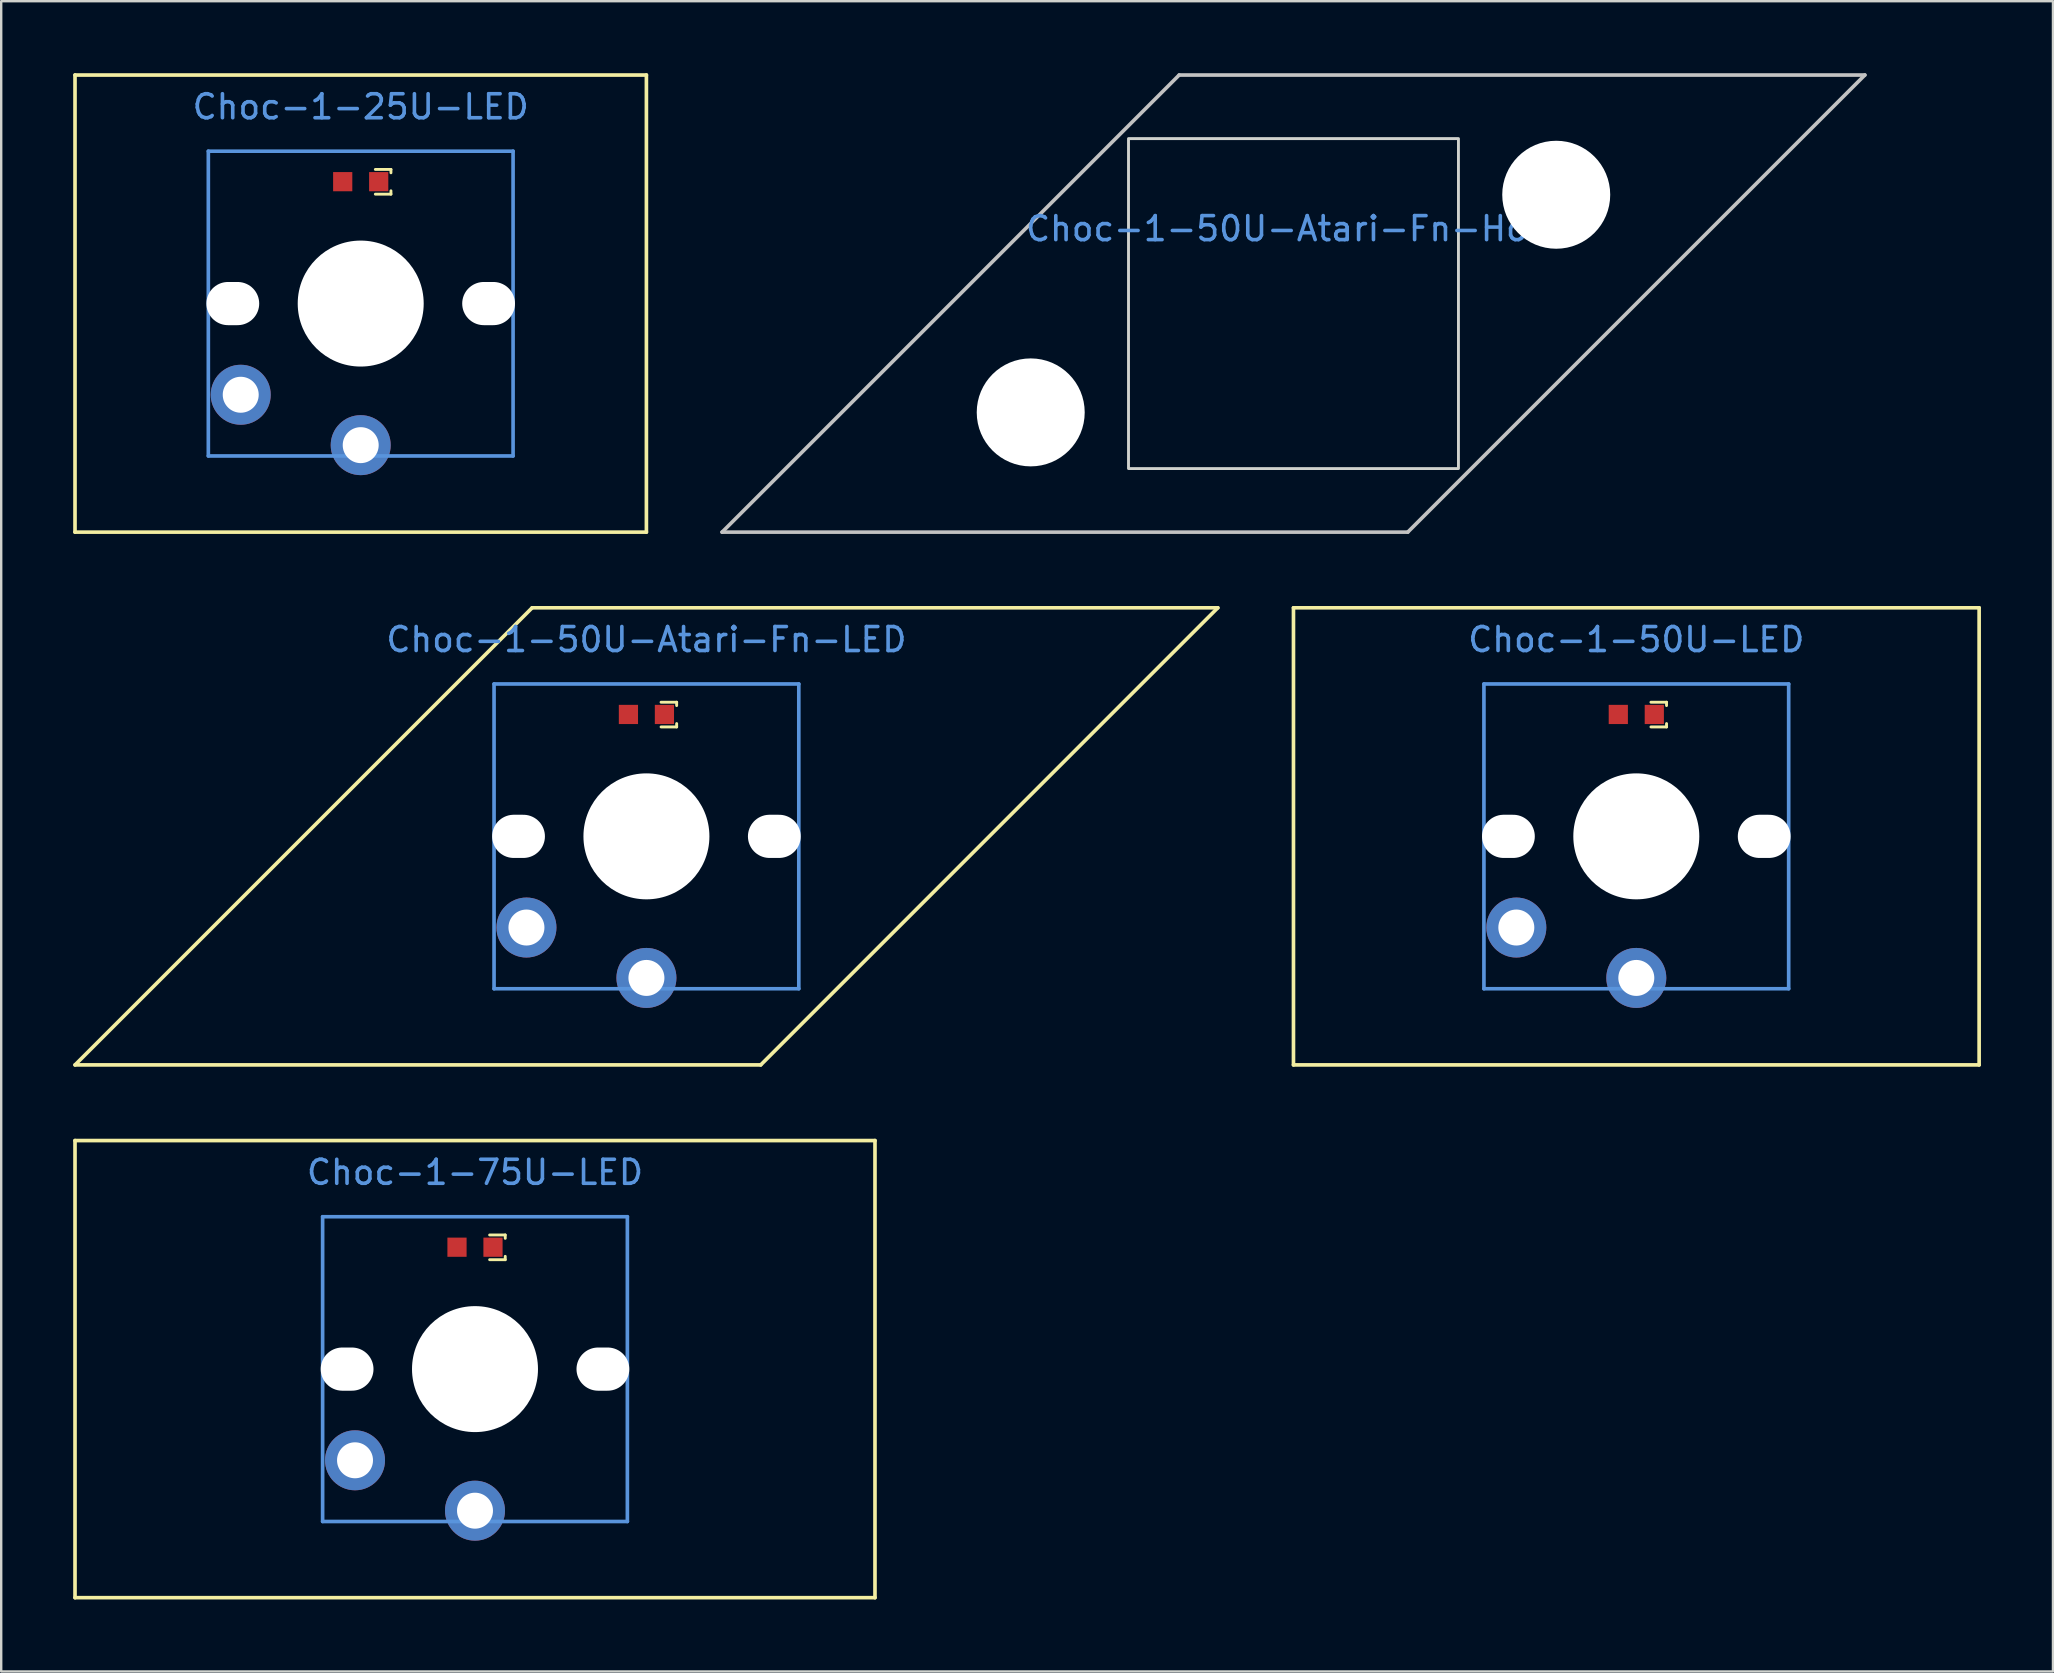
<source format=kicad_pcb>
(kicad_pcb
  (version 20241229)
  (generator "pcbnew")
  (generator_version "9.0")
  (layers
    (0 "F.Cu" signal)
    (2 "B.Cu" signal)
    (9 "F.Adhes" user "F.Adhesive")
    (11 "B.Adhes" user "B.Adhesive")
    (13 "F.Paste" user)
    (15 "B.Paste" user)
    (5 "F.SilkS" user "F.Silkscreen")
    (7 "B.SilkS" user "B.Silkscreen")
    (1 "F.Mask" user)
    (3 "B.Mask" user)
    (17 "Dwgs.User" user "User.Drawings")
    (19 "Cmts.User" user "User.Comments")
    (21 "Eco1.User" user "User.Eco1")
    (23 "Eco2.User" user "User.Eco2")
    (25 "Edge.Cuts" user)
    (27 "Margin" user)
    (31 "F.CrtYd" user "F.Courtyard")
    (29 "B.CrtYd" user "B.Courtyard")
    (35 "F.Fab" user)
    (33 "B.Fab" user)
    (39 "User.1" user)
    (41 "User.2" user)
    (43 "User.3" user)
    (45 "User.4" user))
  (footprint "Choc-1-50U-Atari-Fn-LED"
    (layer "F.Cu")
    (at 23.889 26.724)
    (property "Reference" "Choc-1-50U-Atari-Fn-LED" (at 0 -3.12 0) (layer "Cmts.User") (effects (font (size 1 1) (thickness 0.15))))
    (attr smd)
    (fp_line (start -23.812 14.605) (end -4.763 -4.445) (stroke (width 0.152) (type solid)) (layer "F.SilkS"))
    (fp_line (start -4.763 -4.445) (end 23.812 -4.445) (stroke (width 0.152) (type solid)) (layer "F.SilkS"))
    (fp_line (start 0.61 -0.51) (end 1.26 -0.51) (stroke (width 0.12) (type solid)) (layer "F.SilkS"))
    (fp_line (start 0.61 0.52) (end 1.26 0.52) (stroke (width 0.12) (type solid)) (layer "F.SilkS"))
    (fp_line (start 1.26 -0.51) (end 1.26 -0.37) (stroke (width 0.12) (type solid)) (layer "F.SilkS"))
    (fp_line (start 1.26 0.52) (end 1.26 0.38) (stroke (width 0.12) (type solid)) (layer "F.SilkS"))
    (fp_line (start 4.763 14.605) (end -23.812 14.605) (stroke (width 0.152) (type solid)) (layer "F.SilkS"))
    (fp_line (start 23.812 -4.445) (end 4.763 14.605) (stroke (width 0.152) (type solid)) (layer "F.SilkS"))
    (fp_line (start -6.35 -1.27) (end 6.35 -1.27) (stroke (width 0.152) (type solid)) (layer "Cmts.User"))
    (fp_line (start -6.35 11.43) (end -6.35 -1.27) (stroke (width 0.152) (type solid)) (layer "Cmts.User"))
    (fp_line (start 6.35 -1.27) (end 6.35 11.43) (stroke (width 0.152) (type solid)) (layer "Cmts.User"))
    (fp_line (start 6.35 11.43) (end -6.35 11.43) (stroke (width 0.152) (type solid)) (layer "Cmts.User"))
    (pad "" np_thru_hole oval (at -5.33 5.08 270) (size 1.8 2.2) (drill oval 1.8 2.2) (layers "*.Cu" "*.Mask"))
    (pad "" np_thru_hole circle (at 0 5.08 180) (size 5.25 5.25) (drill 5.25) (layers "*.Cu" "*.Mask"))
    (pad "" np_thru_hole oval (at 5.33 5.08 270) (size 1.8 2.2) (drill oval 1.8 2.2) (layers "*.Cu" "*.Mask"))
    (pad "1" thru_hole circle (at -5 8.88) (size 2.5 2.5) (drill 1.499) (layers "*.Cu" "*.Mask"))
    (pad "2" thru_hole circle (at 0 10.98 90) (size 2.5 2.5) (drill 1.499) (layers "*.Cu" "*.Mask"))
    (pad "3" smd rect (at 0.75 0 90) (size 0.8 0.8) (layers "F.Cu" "F.Mask" "F.Paste"))
    (pad "4" smd rect (at -0.75 0 90) (size 0.8 0.8) (layers "F.Cu" "F.Mask" "F.Paste")))
  (footprint "Choc-1-25U-LED"
    (layer "F.Cu")
    (at 11.982 4.521)
    (property "Reference" "Choc-1-25U-LED" (at 0 -3.12 0) (layer "Cmts.User") (effects (font (size 1 1) (thickness 0.15))))
    (attr smd)
    (fp_line (start -11.906 -4.445) (end 11.906 -4.445) (stroke (width 0.152) (type solid)) (layer "F.SilkS"))
    (fp_line (start -11.906 14.605) (end -11.906 -4.445) (stroke (width 0.152) (type solid)) (layer "F.SilkS"))
    (fp_line (start 0.61 -0.51) (end 1.26 -0.51) (stroke (width 0.12) (type solid)) (layer "F.SilkS"))
    (fp_line (start 0.61 0.52) (end 1.26 0.52) (stroke (width 0.12) (type solid)) (layer "F.SilkS"))
    (fp_line (start 1.26 -0.51) (end 1.26 -0.37) (stroke (width 0.12) (type solid)) (layer "F.SilkS"))
    (fp_line (start 1.26 0.52) (end 1.26 0.38) (stroke (width 0.12) (type solid)) (layer "F.SilkS"))
    (fp_line (start 11.906 -4.445) (end 11.906 14.605) (stroke (width 0.152) (type solid)) (layer "F.SilkS"))
    (fp_line (start 11.906 14.605) (end -11.906 14.605) (stroke (width 0.152) (type solid)) (layer "F.SilkS"))
    (fp_line (start -6.35 -1.27) (end 6.35 -1.27) (stroke (width 0.152) (type solid)) (layer "Cmts.User"))
    (fp_line (start -6.35 11.43) (end -6.35 -1.27) (stroke (width 0.152) (type solid)) (layer "Cmts.User"))
    (fp_line (start 6.35 -1.27) (end 6.35 11.43) (stroke (width 0.152) (type solid)) (layer "Cmts.User"))
    (fp_line (start 6.35 11.43) (end -6.35 11.43) (stroke (width 0.152) (type solid)) (layer "Cmts.User"))
    (pad "" np_thru_hole oval (at -5.33 5.08 270) (size 1.8 2.2) (drill oval 1.8 2.2) (layers "*.Cu" "*.Mask"))
    (pad "" np_thru_hole circle (at 0 5.08 180) (size 5.25 5.25) (drill 5.25) (layers "*.Cu" "*.Mask"))
    (pad "" np_thru_hole oval (at 5.33 5.08 270) (size 1.8 2.2) (drill oval 1.8 2.2) (layers "*.Cu" "*.Mask"))
    (pad "1" thru_hole circle (at -5 8.88) (size 2.5 2.5) (drill 1.499) (layers "*.Cu" "*.Mask"))
    (pad "2" thru_hole circle (at 0 10.98 90) (size 2.5 2.5) (drill 1.499) (layers "*.Cu" "*.Mask"))
    (pad "3" smd rect (at 0.75 0 90) (size 0.8 0.8) (layers "F.Cu" "F.Mask" "F.Paste"))
    (pad "4" smd rect (at -0.75 0 90) (size 0.8 0.8) (layers "F.Cu" "F.Mask" "F.Paste")))
  (footprint "Choc-1-50U-LED"
    (layer "F.Cu")
    (at 65.141 26.724)
    (property "Reference" "Choc-1-50U-LED" (at 0 -3.12 0) (layer "Cmts.User") (effects (font (size 1 1) (thickness 0.15))))
    (attr smd)
    (fp_line (start -14.287 -4.445) (end 14.287 -4.445) (stroke (width 0.152) (type solid)) (layer "F.SilkS"))
    (fp_line (start -14.287 14.605) (end -14.287 -4.445) (stroke (width 0.152) (type solid)) (layer "F.SilkS"))
    (fp_line (start 0.61 -0.51) (end 1.26 -0.51) (stroke (width 0.12) (type solid)) (layer "F.SilkS"))
    (fp_line (start 0.61 0.52) (end 1.26 0.52) (stroke (width 0.12) (type solid)) (layer "F.SilkS"))
    (fp_line (start 1.26 -0.51) (end 1.26 -0.37) (stroke (width 0.12) (type solid)) (layer "F.SilkS"))
    (fp_line (start 1.26 0.52) (end 1.26 0.38) (stroke (width 0.12) (type solid)) (layer "F.SilkS"))
    (fp_line (start 14.287 -4.445) (end 14.287 14.605) (stroke (width 0.152) (type solid)) (layer "F.SilkS"))
    (fp_line (start 14.287 14.605) (end -14.287 14.605) (stroke (width 0.152) (type solid)) (layer "F.SilkS"))
    (fp_line (start -6.35 -1.27) (end 6.35 -1.27) (stroke (width 0.152) (type solid)) (layer "Cmts.User"))
    (fp_line (start -6.35 11.43) (end -6.35 -1.27) (stroke (width 0.152) (type solid)) (layer "Cmts.User"))
    (fp_line (start 6.35 -1.27) (end 6.35 11.43) (stroke (width 0.152) (type solid)) (layer "Cmts.User"))
    (fp_line (start 6.35 11.43) (end -6.35 11.43) (stroke (width 0.152) (type solid)) (layer "Cmts.User"))
    (pad "" np_thru_hole oval (at -5.33 5.08 270) (size 1.8 2.2) (drill oval 1.8 2.2) (layers "*.Cu" "*.Mask"))
    (pad "" np_thru_hole circle (at 0 5.08 180) (size 5.25 5.25) (drill 5.25) (layers "*.Cu" "*.Mask"))
    (pad "" np_thru_hole oval (at 5.33 5.08 270) (size 1.8 2.2) (drill oval 1.8 2.2) (layers "*.Cu" "*.Mask"))
    (pad "1" thru_hole circle (at -5 8.88) (size 2.5 2.5) (drill 1.499) (layers "*.Cu" "*.Mask"))
    (pad "2" thru_hole circle (at 0 10.98 90) (size 2.5 2.5) (drill 1.499) (layers "*.Cu" "*.Mask"))
    (pad "3" smd rect (at 0.75 0 90) (size 0.8 0.8) (layers "F.Cu" "F.Mask" "F.Paste"))
    (pad "4" smd rect (at -0.75 0 90) (size 0.8 0.8) (layers "F.Cu" "F.Mask" "F.Paste")))
  (footprint "Choc-1-75U-LED"
    (layer "F.Cu")
    (at 16.745 48.926)
    (property "Reference" "Choc-1-75U-LED" (at 0 -3.12 0) (layer "Cmts.User") (effects (font (size 1 1) (thickness 0.15))))
    (attr smd)
    (fp_line (start -16.669 -4.445) (end 16.669 -4.445) (stroke (width 0.152) (type solid)) (layer "F.SilkS"))
    (fp_line (start -16.669 14.605) (end -16.669 -4.445) (stroke (width 0.152) (type solid)) (layer "F.SilkS"))
    (fp_line (start 0.61 -0.51) (end 1.26 -0.51) (stroke (width 0.12) (type solid)) (layer "F.SilkS"))
    (fp_line (start 0.61 0.52) (end 1.26 0.52) (stroke (width 0.12) (type solid)) (layer "F.SilkS"))
    (fp_line (start 1.26 -0.51) (end 1.26 -0.37) (stroke (width 0.12) (type solid)) (layer "F.SilkS"))
    (fp_line (start 1.26 0.52) (end 1.26 0.38) (stroke (width 0.12) (type solid)) (layer "F.SilkS"))
    (fp_line (start 16.669 -4.445) (end 16.669 14.605) (stroke (width 0.152) (type solid)) (layer "F.SilkS"))
    (fp_line (start 16.669 14.605) (end -16.669 14.605) (stroke (width 0.152) (type solid)) (layer "F.SilkS"))
    (fp_line (start -6.35 -1.27) (end 6.35 -1.27) (stroke (width 0.152) (type solid)) (layer "Cmts.User"))
    (fp_line (start -6.35 11.43) (end -6.35 -1.27) (stroke (width 0.152) (type solid)) (layer "Cmts.User"))
    (fp_line (start 6.35 -1.27) (end 6.35 11.43) (stroke (width 0.152) (type solid)) (layer "Cmts.User"))
    (fp_line (start 6.35 11.43) (end -6.35 11.43) (stroke (width 0.152) (type solid)) (layer "Cmts.User"))
    (pad "" np_thru_hole oval (at -5.33 5.08 270) (size 1.8 2.2) (drill oval 1.8 2.2) (layers "*.Cu" "*.Mask"))
    (pad "" np_thru_hole circle (at 0 5.08 180) (size 5.25 5.25) (drill 5.25) (layers "*.Cu" "*.Mask"))
    (pad "" np_thru_hole oval (at 5.33 5.08 270) (size 1.8 2.2) (drill oval 1.8 2.2) (layers "*.Cu" "*.Mask"))
    (pad "1" thru_hole circle (at -5 8.88) (size 2.5 2.5) (drill 1.499) (layers "*.Cu" "*.Mask"))
    (pad "2" thru_hole circle (at 0 10.98 90) (size 2.5 2.5) (drill 1.499) (layers "*.Cu" "*.Mask"))
    (pad "3" smd rect (at 0.75 0 90) (size 0.8 0.8) (layers "F.Cu" "F.Mask" "F.Paste"))
    (pad "4" smd rect (at -0.75 0 90) (size 0.8 0.8) (layers "F.Cu" "F.Mask" "F.Paste")))
  (footprint "Choc-1-50U-Atari-Fn-Hole"
    (layer "F.Cu")
    (at 50.854 9.601)
    (property "Reference" "Choc-1-50U-Atari-Fn-Hole" (at 0 -3.12 0) (layer "Cmts.User") (effects (font (size 1 1) (thickness 0.15))))
    (attr smd)
    (fp_line (start -23.812 9.525) (end -4.763 -9.525) (stroke (width 0.152) (type solid)) (layer "Dwgs.User"))
    (fp_line (start -4.763 -9.525) (end 23.812 -9.525) (stroke (width 0.152) (type solid)) (layer "Dwgs.User"))
    (fp_line (start 4.763 9.525) (end -23.812 9.525) (stroke (width 0.152) (type solid)) (layer "Dwgs.User"))
    (fp_line (start 23.812 -9.525) (end 4.763 9.525) (stroke (width 0.152) (type solid)) (layer "Dwgs.User"))
    (fp_rect (start -6.875 -6.875) (end 6.875 6.875) (stroke (width 0.12) (type solid)) (fill no) (layer "Edge.Cuts"))
    (pad "" np_thru_hole circle (at -10.95 4.535 180) (size 4.5 4.5) (drill 4.5) (layers "*.Cu" "*.Mask"))
    (pad "" np_thru_hole circle (at 10.95 -4.535 180) (size 4.5 4.5) (drill 4.5) (layers "*.Cu" "*.Mask")))
  (gr_rect
    (start -3 -3)
    (end 82.505 66.607)
    (stroke (width 0.1) (type default))
    (fill no)
    (layer "Edge.Cuts")))
</source>
